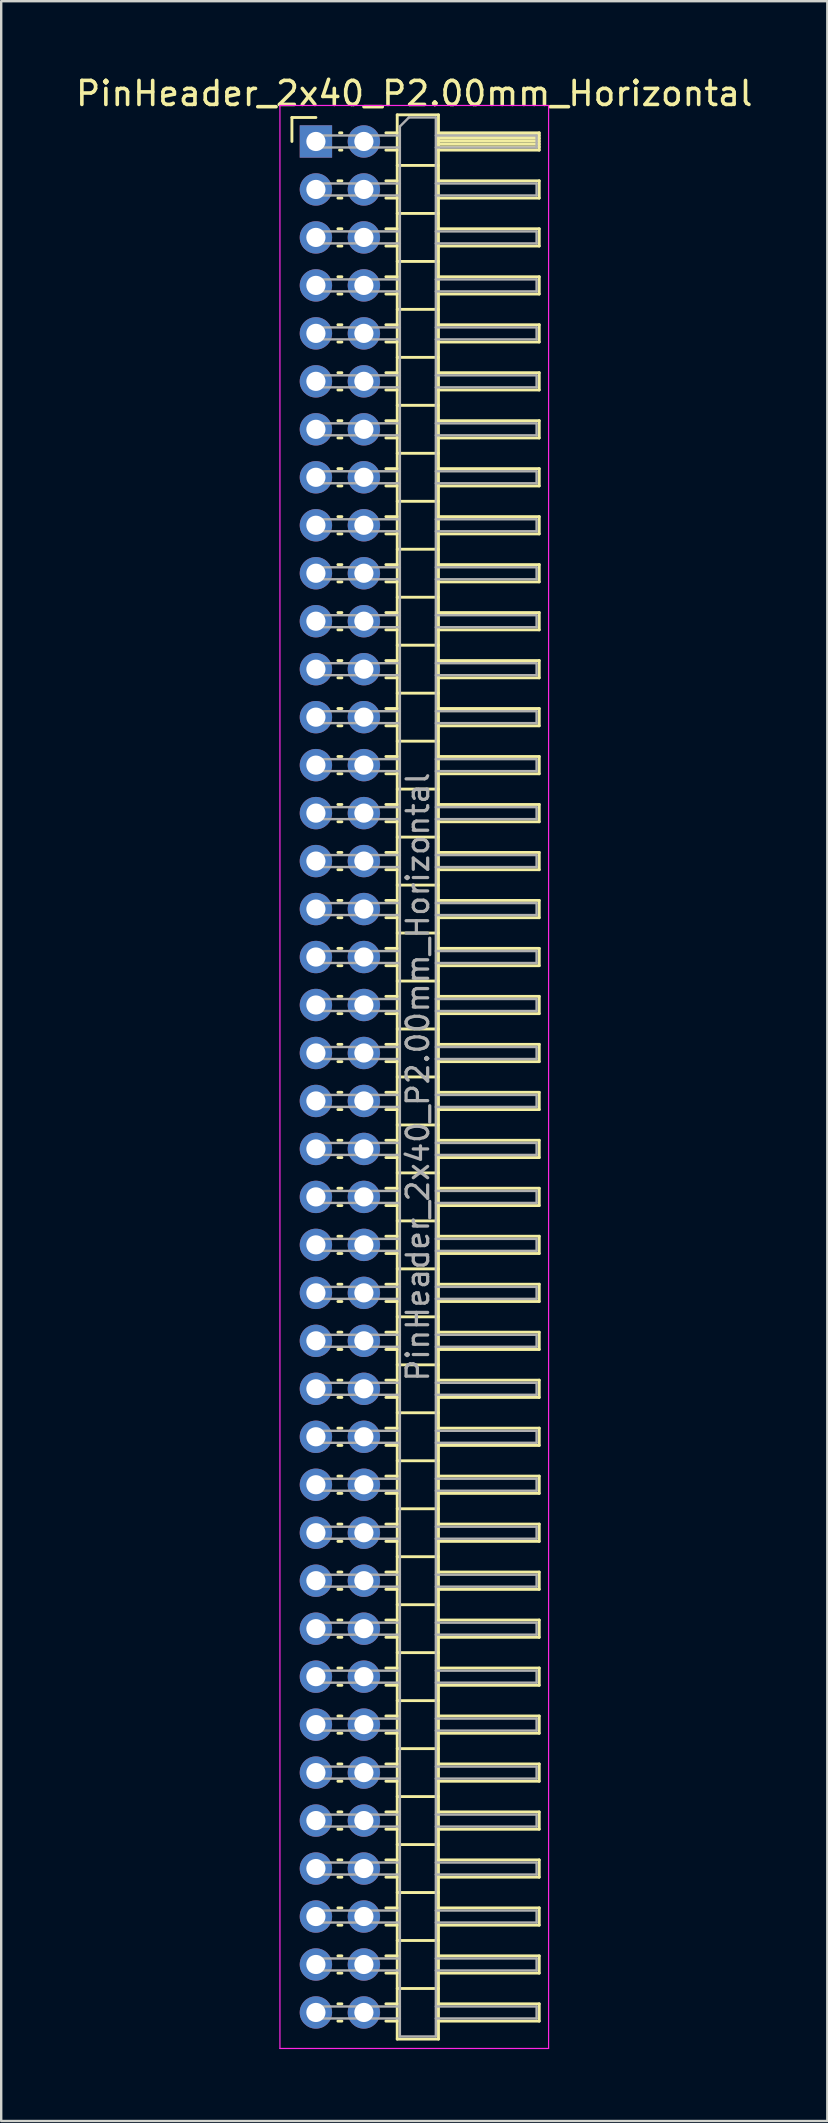
<source format=kicad_pcb>
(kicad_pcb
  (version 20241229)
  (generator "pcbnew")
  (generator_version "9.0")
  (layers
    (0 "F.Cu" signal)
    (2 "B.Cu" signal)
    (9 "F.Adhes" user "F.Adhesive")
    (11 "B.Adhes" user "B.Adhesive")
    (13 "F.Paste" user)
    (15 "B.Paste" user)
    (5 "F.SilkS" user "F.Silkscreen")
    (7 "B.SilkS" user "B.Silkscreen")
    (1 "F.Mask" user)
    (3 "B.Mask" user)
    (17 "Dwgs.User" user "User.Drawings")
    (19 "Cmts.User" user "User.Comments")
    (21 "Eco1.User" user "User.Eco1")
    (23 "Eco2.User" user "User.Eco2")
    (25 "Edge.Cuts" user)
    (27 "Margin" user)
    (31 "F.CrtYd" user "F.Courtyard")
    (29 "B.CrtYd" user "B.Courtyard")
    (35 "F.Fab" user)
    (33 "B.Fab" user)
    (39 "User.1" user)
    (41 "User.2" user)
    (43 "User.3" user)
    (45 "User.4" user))
  (footprint "PinHeader_2x40_P2.00mm_Horizontal"
    (layer "F.Cu")
    (at 10.12 2.848)
    (property "Reference" "PinHeader_2x40_P2.00mm_Horizontal" (at 4.1 -2 0) (layer "F.SilkS") (effects (font (size 1 1) (thickness 0.15))))
    (attr through_hole)
    (fp_line (start -1 -1) (end 0 -1) (stroke (width 0.12) (type solid)) (layer "F.SilkS"))
    (fp_line (start -1 0) (end -1 -1) (stroke (width 0.12) (type solid)) (layer "F.SilkS"))
    (fp_line (start 0.917 1.64) (end 1.083 1.64) (stroke (width 0.12) (type solid)) (layer "F.SilkS"))
    (fp_line (start 0.917 2.36) (end 1.083 2.36) (stroke (width 0.12) (type solid)) (layer "F.SilkS"))
    (fp_line (start 0.917 3.64) (end 1.083 3.64) (stroke (width 0.12) (type solid)) (layer "F.SilkS"))
    (fp_line (start 0.917 4.36) (end 1.083 4.36) (stroke (width 0.12) (type solid)) (layer "F.SilkS"))
    (fp_line (start 0.917 5.64) (end 1.083 5.64) (stroke (width 0.12) (type solid)) (layer "F.SilkS"))
    (fp_line (start 0.917 6.36) (end 1.083 6.36) (stroke (width 0.12) (type solid)) (layer "F.SilkS"))
    (fp_line (start 0.917 7.64) (end 1.083 7.64) (stroke (width 0.12) (type solid)) (layer "F.SilkS"))
    (fp_line (start 0.917 8.36) (end 1.083 8.36) (stroke (width 0.12) (type solid)) (layer "F.SilkS"))
    (fp_line (start 0.917 9.64) (end 1.083 9.64) (stroke (width 0.12) (type solid)) (layer "F.SilkS"))
    (fp_line (start 0.917 10.36) (end 1.083 10.36) (stroke (width 0.12) (type solid)) (layer "F.SilkS"))
    (fp_line (start 0.917 11.64) (end 1.083 11.64) (stroke (width 0.12) (type solid)) (layer "F.SilkS"))
    (fp_line (start 0.917 12.36) (end 1.083 12.36) (stroke (width 0.12) (type solid)) (layer "F.SilkS"))
    (fp_line (start 0.917 13.64) (end 1.083 13.64) (stroke (width 0.12) (type solid)) (layer "F.SilkS"))
    (fp_line (start 0.917 14.36) (end 1.083 14.36) (stroke (width 0.12) (type solid)) (layer "F.SilkS"))
    (fp_line (start 0.917 15.64) (end 1.083 15.64) (stroke (width 0.12) (type solid)) (layer "F.SilkS"))
    (fp_line (start 0.917 16.36) (end 1.083 16.36) (stroke (width 0.12) (type solid)) (layer "F.SilkS"))
    (fp_line (start 0.917 17.64) (end 1.083 17.64) (stroke (width 0.12) (type solid)) (layer "F.SilkS"))
    (fp_line (start 0.917 18.36) (end 1.083 18.36) (stroke (width 0.12) (type solid)) (layer "F.SilkS"))
    (fp_line (start 0.917 19.64) (end 1.083 19.64) (stroke (width 0.12) (type solid)) (layer "F.SilkS"))
    (fp_line (start 0.917 20.36) (end 1.083 20.36) (stroke (width 0.12) (type solid)) (layer "F.SilkS"))
    (fp_line (start 0.917 21.64) (end 1.083 21.64) (stroke (width 0.12) (type solid)) (layer "F.SilkS"))
    (fp_line (start 0.917 22.36) (end 1.083 22.36) (stroke (width 0.12) (type solid)) (layer "F.SilkS"))
    (fp_line (start 0.917 23.64) (end 1.083 23.64) (stroke (width 0.12) (type solid)) (layer "F.SilkS"))
    (fp_line (start 0.917 24.36) (end 1.083 24.36) (stroke (width 0.12) (type solid)) (layer "F.SilkS"))
    (fp_line (start 0.917 25.64) (end 1.083 25.64) (stroke (width 0.12) (type solid)) (layer "F.SilkS"))
    (fp_line (start 0.917 26.36) (end 1.083 26.36) (stroke (width 0.12) (type solid)) (layer "F.SilkS"))
    (fp_line (start 0.917 27.64) (end 1.083 27.64) (stroke (width 0.12) (type solid)) (layer "F.SilkS"))
    (fp_line (start 0.917 28.36) (end 1.083 28.36) (stroke (width 0.12) (type solid)) (layer "F.SilkS"))
    (fp_line (start 0.917 29.64) (end 1.083 29.64) (stroke (width 0.12) (type solid)) (layer "F.SilkS"))
    (fp_line (start 0.917 30.36) (end 1.083 30.36) (stroke (width 0.12) (type solid)) (layer "F.SilkS"))
    (fp_line (start 0.917 31.64) (end 1.083 31.64) (stroke (width 0.12) (type solid)) (layer "F.SilkS"))
    (fp_line (start 0.917 32.36) (end 1.083 32.36) (stroke (width 0.12) (type solid)) (layer "F.SilkS"))
    (fp_line (start 0.917 33.64) (end 1.083 33.64) (stroke (width 0.12) (type solid)) (layer "F.SilkS"))
    (fp_line (start 0.917 34.36) (end 1.083 34.36) (stroke (width 0.12) (type solid)) (layer "F.SilkS"))
    (fp_line (start 0.917 35.64) (end 1.083 35.64) (stroke (width 0.12) (type solid)) (layer "F.SilkS"))
    (fp_line (start 0.917 36.36) (end 1.083 36.36) (stroke (width 0.12) (type solid)) (layer "F.SilkS"))
    (fp_line (start 0.917 37.64) (end 1.083 37.64) (stroke (width 0.12) (type solid)) (layer "F.SilkS"))
    (fp_line (start 0.917 38.36) (end 1.083 38.36) (stroke (width 0.12) (type solid)) (layer "F.SilkS"))
    (fp_line (start 0.917 39.64) (end 1.083 39.64) (stroke (width 0.12) (type solid)) (layer "F.SilkS"))
    (fp_line (start 0.917 40.36) (end 1.083 40.36) (stroke (width 0.12) (type solid)) (layer "F.SilkS"))
    (fp_line (start 0.917 41.64) (end 1.083 41.64) (stroke (width 0.12) (type solid)) (layer "F.SilkS"))
    (fp_line (start 0.917 42.36) (end 1.083 42.36) (stroke (width 0.12) (type solid)) (layer "F.SilkS"))
    (fp_line (start 0.917 43.64) (end 1.083 43.64) (stroke (width 0.12) (type solid)) (layer "F.SilkS"))
    (fp_line (start 0.917 44.36) (end 1.083 44.36) (stroke (width 0.12) (type solid)) (layer "F.SilkS"))
    (fp_line (start 0.917 45.64) (end 1.083 45.64) (stroke (width 0.12) (type solid)) (layer "F.SilkS"))
    (fp_line (start 0.917 46.36) (end 1.083 46.36) (stroke (width 0.12) (type solid)) (layer "F.SilkS"))
    (fp_line (start 0.917 47.64) (end 1.083 47.64) (stroke (width 0.12) (type solid)) (layer "F.SilkS"))
    (fp_line (start 0.917 48.36) (end 1.083 48.36) (stroke (width 0.12) (type solid)) (layer "F.SilkS"))
    (fp_line (start 0.917 49.64) (end 1.083 49.64) (stroke (width 0.12) (type solid)) (layer "F.SilkS"))
    (fp_line (start 0.917 50.36) (end 1.083 50.36) (stroke (width 0.12) (type solid)) (layer "F.SilkS"))
    (fp_line (start 0.917 51.64) (end 1.083 51.64) (stroke (width 0.12) (type solid)) (layer "F.SilkS"))
    (fp_line (start 0.917 52.36) (end 1.083 52.36) (stroke (width 0.12) (type solid)) (layer "F.SilkS"))
    (fp_line (start 0.917 53.64) (end 1.083 53.64) (stroke (width 0.12) (type solid)) (layer "F.SilkS"))
    (fp_line (start 0.917 54.36) (end 1.083 54.36) (stroke (width 0.12) (type solid)) (layer "F.SilkS"))
    (fp_line (start 0.917 55.64) (end 1.083 55.64) (stroke (width 0.12) (type solid)) (layer "F.SilkS"))
    (fp_line (start 0.917 56.36) (end 1.083 56.36) (stroke (width 0.12) (type solid)) (layer "F.SilkS"))
    (fp_line (start 0.917 57.64) (end 1.083 57.64) (stroke (width 0.12) (type solid)) (layer "F.SilkS"))
    (fp_line (start 0.917 58.36) (end 1.083 58.36) (stroke (width 0.12) (type solid)) (layer "F.SilkS"))
    (fp_line (start 0.917 59.64) (end 1.083 59.64) (stroke (width 0.12) (type solid)) (layer "F.SilkS"))
    (fp_line (start 0.917 60.36) (end 1.083 60.36) (stroke (width 0.12) (type solid)) (layer "F.SilkS"))
    (fp_line (start 0.917 61.64) (end 1.083 61.64) (stroke (width 0.12) (type solid)) (layer "F.SilkS"))
    (fp_line (start 0.917 62.36) (end 1.083 62.36) (stroke (width 0.12) (type solid)) (layer "F.SilkS"))
    (fp_line (start 0.917 63.64) (end 1.083 63.64) (stroke (width 0.12) (type solid)) (layer "F.SilkS"))
    (fp_line (start 0.917 64.36) (end 1.083 64.36) (stroke (width 0.12) (type solid)) (layer "F.SilkS"))
    (fp_line (start 0.917 65.64) (end 1.083 65.64) (stroke (width 0.12) (type solid)) (layer "F.SilkS"))
    (fp_line (start 0.917 66.36) (end 1.083 66.36) (stroke (width 0.12) (type solid)) (layer "F.SilkS"))
    (fp_line (start 0.917 67.64) (end 1.083 67.64) (stroke (width 0.12) (type solid)) (layer "F.SilkS"))
    (fp_line (start 0.917 68.36) (end 1.083 68.36) (stroke (width 0.12) (type solid)) (layer "F.SilkS"))
    (fp_line (start 0.917 69.64) (end 1.083 69.64) (stroke (width 0.12) (type solid)) (layer "F.SilkS"))
    (fp_line (start 0.917 70.36) (end 1.083 70.36) (stroke (width 0.12) (type solid)) (layer "F.SilkS"))
    (fp_line (start 0.917 71.64) (end 1.083 71.64) (stroke (width 0.12) (type solid)) (layer "F.SilkS"))
    (fp_line (start 0.917 72.36) (end 1.083 72.36) (stroke (width 0.12) (type solid)) (layer "F.SilkS"))
    (fp_line (start 0.917 73.64) (end 1.083 73.64) (stroke (width 0.12) (type solid)) (layer "F.SilkS"))
    (fp_line (start 0.917 74.36) (end 1.083 74.36) (stroke (width 0.12) (type solid)) (layer "F.SilkS"))
    (fp_line (start 0.917 75.64) (end 1.083 75.64) (stroke (width 0.12) (type solid)) (layer "F.SilkS"))
    (fp_line (start 0.917 76.36) (end 1.083 76.36) (stroke (width 0.12) (type solid)) (layer "F.SilkS"))
    (fp_line (start 0.917 77.64) (end 1.083 77.64) (stroke (width 0.12) (type solid)) (layer "F.SilkS"))
    (fp_line (start 0.917 78.36) (end 1.083 78.36) (stroke (width 0.12) (type solid)) (layer "F.SilkS"))
    (fp_line (start 0.985 -0.36) (end 1.083 -0.36) (stroke (width 0.12) (type solid)) (layer "F.SilkS"))
    (fp_line (start 0.985 0.36) (end 1.083 0.36) (stroke (width 0.12) (type solid)) (layer "F.SilkS"))
    (fp_line (start 2.917 -0.36) (end 3.39 -0.36) (stroke (width 0.12) (type solid)) (layer "F.SilkS"))
    (fp_line (start 2.917 0.36) (end 3.39 0.36) (stroke (width 0.12) (type solid)) (layer "F.SilkS"))
    (fp_line (start 2.917 1.64) (end 3.39 1.64) (stroke (width 0.12) (type solid)) (layer "F.SilkS"))
    (fp_line (start 2.917 2.36) (end 3.39 2.36) (stroke (width 0.12) (type solid)) (layer "F.SilkS"))
    (fp_line (start 2.917 3.64) (end 3.39 3.64) (stroke (width 0.12) (type solid)) (layer "F.SilkS"))
    (fp_line (start 2.917 4.36) (end 3.39 4.36) (stroke (width 0.12) (type solid)) (layer "F.SilkS"))
    (fp_line (start 2.917 5.64) (end 3.39 5.64) (stroke (width 0.12) (type solid)) (layer "F.SilkS"))
    (fp_line (start 2.917 6.36) (end 3.39 6.36) (stroke (width 0.12) (type solid)) (layer "F.SilkS"))
    (fp_line (start 2.917 7.64) (end 3.39 7.64) (stroke (width 0.12) (type solid)) (layer "F.SilkS"))
    (fp_line (start 2.917 8.36) (end 3.39 8.36) (stroke (width 0.12) (type solid)) (layer "F.SilkS"))
    (fp_line (start 2.917 9.64) (end 3.39 9.64) (stroke (width 0.12) (type solid)) (layer "F.SilkS"))
    (fp_line (start 2.917 10.36) (end 3.39 10.36) (stroke (width 0.12) (type solid)) (layer "F.SilkS"))
    (fp_line (start 2.917 11.64) (end 3.39 11.64) (stroke (width 0.12) (type solid)) (layer "F.SilkS"))
    (fp_line (start 2.917 12.36) (end 3.39 12.36) (stroke (width 0.12) (type solid)) (layer "F.SilkS"))
    (fp_line (start 2.917 13.64) (end 3.39 13.64) (stroke (width 0.12) (type solid)) (layer "F.SilkS"))
    (fp_line (start 2.917 14.36) (end 3.39 14.36) (stroke (width 0.12) (type solid)) (layer "F.SilkS"))
    (fp_line (start 2.917 15.64) (end 3.39 15.64) (stroke (width 0.12) (type solid)) (layer "F.SilkS"))
    (fp_line (start 2.917 16.36) (end 3.39 16.36) (stroke (width 0.12) (type solid)) (layer "F.SilkS"))
    (fp_line (start 2.917 17.64) (end 3.39 17.64) (stroke (width 0.12) (type solid)) (layer "F.SilkS"))
    (fp_line (start 2.917 18.36) (end 3.39 18.36) (stroke (width 0.12) (type solid)) (layer "F.SilkS"))
    (fp_line (start 2.917 19.64) (end 3.39 19.64) (stroke (width 0.12) (type solid)) (layer "F.SilkS"))
    (fp_line (start 2.917 20.36) (end 3.39 20.36) (stroke (width 0.12) (type solid)) (layer "F.SilkS"))
    (fp_line (start 2.917 21.64) (end 3.39 21.64) (stroke (width 0.12) (type solid)) (layer "F.SilkS"))
    (fp_line (start 2.917 22.36) (end 3.39 22.36) (stroke (width 0.12) (type solid)) (layer "F.SilkS"))
    (fp_line (start 2.917 23.64) (end 3.39 23.64) (stroke (width 0.12) (type solid)) (layer "F.SilkS"))
    (fp_line (start 2.917 24.36) (end 3.39 24.36) (stroke (width 0.12) (type solid)) (layer "F.SilkS"))
    (fp_line (start 2.917 25.64) (end 3.39 25.64) (stroke (width 0.12) (type solid)) (layer "F.SilkS"))
    (fp_line (start 2.917 26.36) (end 3.39 26.36) (stroke (width 0.12) (type solid)) (layer "F.SilkS"))
    (fp_line (start 2.917 27.64) (end 3.39 27.64) (stroke (width 0.12) (type solid)) (layer "F.SilkS"))
    (fp_line (start 2.917 28.36) (end 3.39 28.36) (stroke (width 0.12) (type solid)) (layer "F.SilkS"))
    (fp_line (start 2.917 29.64) (end 3.39 29.64) (stroke (width 0.12) (type solid)) (layer "F.SilkS"))
    (fp_line (start 2.917 30.36) (end 3.39 30.36) (stroke (width 0.12) (type solid)) (layer "F.SilkS"))
    (fp_line (start 2.917 31.64) (end 3.39 31.64) (stroke (width 0.12) (type solid)) (layer "F.SilkS"))
    (fp_line (start 2.917 32.36) (end 3.39 32.36) (stroke (width 0.12) (type solid)) (layer "F.SilkS"))
    (fp_line (start 2.917 33.64) (end 3.39 33.64) (stroke (width 0.12) (type solid)) (layer "F.SilkS"))
    (fp_line (start 2.917 34.36) (end 3.39 34.36) (stroke (width 0.12) (type solid)) (layer "F.SilkS"))
    (fp_line (start 2.917 35.64) (end 3.39 35.64) (stroke (width 0.12) (type solid)) (layer "F.SilkS"))
    (fp_line (start 2.917 36.36) (end 3.39 36.36) (stroke (width 0.12) (type solid)) (layer "F.SilkS"))
    (fp_line (start 2.917 37.64) (end 3.39 37.64) (stroke (width 0.12) (type solid)) (layer "F.SilkS"))
    (fp_line (start 2.917 38.36) (end 3.39 38.36) (stroke (width 0.12) (type solid)) (layer "F.SilkS"))
    (fp_line (start 2.917 39.64) (end 3.39 39.64) (stroke (width 0.12) (type solid)) (layer "F.SilkS"))
    (fp_line (start 2.917 40.36) (end 3.39 40.36) (stroke (width 0.12) (type solid)) (layer "F.SilkS"))
    (fp_line (start 2.917 41.64) (end 3.39 41.64) (stroke (width 0.12) (type solid)) (layer "F.SilkS"))
    (fp_line (start 2.917 42.36) (end 3.39 42.36) (stroke (width 0.12) (type solid)) (layer "F.SilkS"))
    (fp_line (start 2.917 43.64) (end 3.39 43.64) (stroke (width 0.12) (type solid)) (layer "F.SilkS"))
    (fp_line (start 2.917 44.36) (end 3.39 44.36) (stroke (width 0.12) (type solid)) (layer "F.SilkS"))
    (fp_line (start 2.917 45.64) (end 3.39 45.64) (stroke (width 0.12) (type solid)) (layer "F.SilkS"))
    (fp_line (start 2.917 46.36) (end 3.39 46.36) (stroke (width 0.12) (type solid)) (layer "F.SilkS"))
    (fp_line (start 2.917 47.64) (end 3.39 47.64) (stroke (width 0.12) (type solid)) (layer "F.SilkS"))
    (fp_line (start 2.917 48.36) (end 3.39 48.36) (stroke (width 0.12) (type solid)) (layer "F.SilkS"))
    (fp_line (start 2.917 49.64) (end 3.39 49.64) (stroke (width 0.12) (type solid)) (layer "F.SilkS"))
    (fp_line (start 2.917 50.36) (end 3.39 50.36) (stroke (width 0.12) (type solid)) (layer "F.SilkS"))
    (fp_line (start 2.917 51.64) (end 3.39 51.64) (stroke (width 0.12) (type solid)) (layer "F.SilkS"))
    (fp_line (start 2.917 52.36) (end 3.39 52.36) (stroke (width 0.12) (type solid)) (layer "F.SilkS"))
    (fp_line (start 2.917 53.64) (end 3.39 53.64) (stroke (width 0.12) (type solid)) (layer "F.SilkS"))
    (fp_line (start 2.917 54.36) (end 3.39 54.36) (stroke (width 0.12) (type solid)) (layer "F.SilkS"))
    (fp_line (start 2.917 55.64) (end 3.39 55.64) (stroke (width 0.12) (type solid)) (layer "F.SilkS"))
    (fp_line (start 2.917 56.36) (end 3.39 56.36) (stroke (width 0.12) (type solid)) (layer "F.SilkS"))
    (fp_line (start 2.917 57.64) (end 3.39 57.64) (stroke (width 0.12) (type solid)) (layer "F.SilkS"))
    (fp_line (start 2.917 58.36) (end 3.39 58.36) (stroke (width 0.12) (type solid)) (layer "F.SilkS"))
    (fp_line (start 2.917 59.64) (end 3.39 59.64) (stroke (width 0.12) (type solid)) (layer "F.SilkS"))
    (fp_line (start 2.917 60.36) (end 3.39 60.36) (stroke (width 0.12) (type solid)) (layer "F.SilkS"))
    (fp_line (start 2.917 61.64) (end 3.39 61.64) (stroke (width 0.12) (type solid)) (layer "F.SilkS"))
    (fp_line (start 2.917 62.36) (end 3.39 62.36) (stroke (width 0.12) (type solid)) (layer "F.SilkS"))
    (fp_line (start 2.917 63.64) (end 3.39 63.64) (stroke (width 0.12) (type solid)) (layer "F.SilkS"))
    (fp_line (start 2.917 64.36) (end 3.39 64.36) (stroke (width 0.12) (type solid)) (layer "F.SilkS"))
    (fp_line (start 2.917 65.64) (end 3.39 65.64) (stroke (width 0.12) (type solid)) (layer "F.SilkS"))
    (fp_line (start 2.917 66.36) (end 3.39 66.36) (stroke (width 0.12) (type solid)) (layer "F.SilkS"))
    (fp_line (start 2.917 67.64) (end 3.39 67.64) (stroke (width 0.12) (type solid)) (layer "F.SilkS"))
    (fp_line (start 2.917 68.36) (end 3.39 68.36) (stroke (width 0.12) (type solid)) (layer "F.SilkS"))
    (fp_line (start 2.917 69.64) (end 3.39 69.64) (stroke (width 0.12) (type solid)) (layer "F.SilkS"))
    (fp_line (start 2.917 70.36) (end 3.39 70.36) (stroke (width 0.12) (type solid)) (layer "F.SilkS"))
    (fp_line (start 2.917 71.64) (end 3.39 71.64) (stroke (width 0.12) (type solid)) (layer "F.SilkS"))
    (fp_line (start 2.917 72.36) (end 3.39 72.36) (stroke (width 0.12) (type solid)) (layer "F.SilkS"))
    (fp_line (start 2.917 73.64) (end 3.39 73.64) (stroke (width 0.12) (type solid)) (layer "F.SilkS"))
    (fp_line (start 2.917 74.36) (end 3.39 74.36) (stroke (width 0.12) (type solid)) (layer "F.SilkS"))
    (fp_line (start 2.917 75.64) (end 3.39 75.64) (stroke (width 0.12) (type solid)) (layer "F.SilkS"))
    (fp_line (start 2.917 76.36) (end 3.39 76.36) (stroke (width 0.12) (type solid)) (layer "F.SilkS"))
    (fp_line (start 2.917 77.64) (end 3.39 77.64) (stroke (width 0.12) (type solid)) (layer "F.SilkS"))
    (fp_line (start 2.917 78.36) (end 3.39 78.36) (stroke (width 0.12) (type solid)) (layer "F.SilkS"))
    (fp_line (start 3.39 -1.11) (end 3.39 79.11) (stroke (width 0.12) (type solid)) (layer "F.SilkS"))
    (fp_line (start 3.39 1) (end 5.11 1) (stroke (width 0.12) (type solid)) (layer "F.SilkS"))
    (fp_line (start 3.39 3) (end 5.11 3) (stroke (width 0.12) (type solid)) (layer "F.SilkS"))
    (fp_line (start 3.39 5) (end 5.11 5) (stroke (width 0.12) (type solid)) (layer "F.SilkS"))
    (fp_line (start 3.39 7) (end 5.11 7) (stroke (width 0.12) (type solid)) (layer "F.SilkS"))
    (fp_line (start 3.39 9) (end 5.11 9) (stroke (width 0.12) (type solid)) (layer "F.SilkS"))
    (fp_line (start 3.39 11) (end 5.11 11) (stroke (width 0.12) (type solid)) (layer "F.SilkS"))
    (fp_line (start 3.39 13) (end 5.11 13) (stroke (width 0.12) (type solid)) (layer "F.SilkS"))
    (fp_line (start 3.39 15) (end 5.11 15) (stroke (width 0.12) (type solid)) (layer "F.SilkS"))
    (fp_line (start 3.39 17) (end 5.11 17) (stroke (width 0.12) (type solid)) (layer "F.SilkS"))
    (fp_line (start 3.39 19) (end 5.11 19) (stroke (width 0.12) (type solid)) (layer "F.SilkS"))
    (fp_line (start 3.39 21) (end 5.11 21) (stroke (width 0.12) (type solid)) (layer "F.SilkS"))
    (fp_line (start 3.39 23) (end 5.11 23) (stroke (width 0.12) (type solid)) (layer "F.SilkS"))
    (fp_line (start 3.39 25) (end 5.11 25) (stroke (width 0.12) (type solid)) (layer "F.SilkS"))
    (fp_line (start 3.39 27) (end 5.11 27) (stroke (width 0.12) (type solid)) (layer "F.SilkS"))
    (fp_line (start 3.39 29) (end 5.11 29) (stroke (width 0.12) (type solid)) (layer "F.SilkS"))
    (fp_line (start 3.39 31) (end 5.11 31) (stroke (width 0.12) (type solid)) (layer "F.SilkS"))
    (fp_line (start 3.39 33) (end 5.11 33) (stroke (width 0.12) (type solid)) (layer "F.SilkS"))
    (fp_line (start 3.39 35) (end 5.11 35) (stroke (width 0.12) (type solid)) (layer "F.SilkS"))
    (fp_line (start 3.39 37) (end 5.11 37) (stroke (width 0.12) (type solid)) (layer "F.SilkS"))
    (fp_line (start 3.39 39) (end 5.11 39) (stroke (width 0.12) (type solid)) (layer "F.SilkS"))
    (fp_line (start 3.39 41) (end 5.11 41) (stroke (width 0.12) (type solid)) (layer "F.SilkS"))
    (fp_line (start 3.39 43) (end 5.11 43) (stroke (width 0.12) (type solid)) (layer "F.SilkS"))
    (fp_line (start 3.39 45) (end 5.11 45) (stroke (width 0.12) (type solid)) (layer "F.SilkS"))
    (fp_line (start 3.39 47) (end 5.11 47) (stroke (width 0.12) (type solid)) (layer "F.SilkS"))
    (fp_line (start 3.39 49) (end 5.11 49) (stroke (width 0.12) (type solid)) (layer "F.SilkS"))
    (fp_line (start 3.39 51) (end 5.11 51) (stroke (width 0.12) (type solid)) (layer "F.SilkS"))
    (fp_line (start 3.39 53) (end 5.11 53) (stroke (width 0.12) (type solid)) (layer "F.SilkS"))
    (fp_line (start 3.39 55) (end 5.11 55) (stroke (width 0.12) (type solid)) (layer "F.SilkS"))
    (fp_line (start 3.39 57) (end 5.11 57) (stroke (width 0.12) (type solid)) (layer "F.SilkS"))
    (fp_line (start 3.39 59) (end 5.11 59) (stroke (width 0.12) (type solid)) (layer "F.SilkS"))
    (fp_line (start 3.39 61) (end 5.11 61) (stroke (width 0.12) (type solid)) (layer "F.SilkS"))
    (fp_line (start 3.39 63) (end 5.11 63) (stroke (width 0.12) (type solid)) (layer "F.SilkS"))
    (fp_line (start 3.39 65) (end 5.11 65) (stroke (width 0.12) (type solid)) (layer "F.SilkS"))
    (fp_line (start 3.39 67) (end 5.11 67) (stroke (width 0.12) (type solid)) (layer "F.SilkS"))
    (fp_line (start 3.39 69) (end 5.11 69) (stroke (width 0.12) (type solid)) (layer "F.SilkS"))
    (fp_line (start 3.39 71) (end 5.11 71) (stroke (width 0.12) (type solid)) (layer "F.SilkS"))
    (fp_line (start 3.39 73) (end 5.11 73) (stroke (width 0.12) (type solid)) (layer "F.SilkS"))
    (fp_line (start 3.39 75) (end 5.11 75) (stroke (width 0.12) (type solid)) (layer "F.SilkS"))
    (fp_line (start 3.39 77) (end 5.11 77) (stroke (width 0.12) (type solid)) (layer "F.SilkS"))
    (fp_line (start 3.39 79.11) (end 5.11 79.11) (stroke (width 0.12) (type solid)) (layer "F.SilkS"))
    (fp_line (start 5.11 -1.11) (end 3.39 -1.11) (stroke (width 0.12) (type solid)) (layer "F.SilkS"))
    (fp_line (start 5.11 -0.36) (end 9.31 -0.36) (stroke (width 0.12) (type solid)) (layer "F.SilkS"))
    (fp_line (start 5.11 -0.25) (end 9.31 -0.25) (stroke (width 0.12) (type solid)) (layer "F.SilkS"))
    (fp_line (start 5.11 -0.13) (end 9.31 -0.13) (stroke (width 0.12) (type solid)) (layer "F.SilkS"))
    (fp_line (start 5.11 -0.01) (end 9.31 -0.01) (stroke (width 0.12) (type solid)) (layer "F.SilkS"))
    (fp_line (start 5.11 0.11) (end 9.31 0.11) (stroke (width 0.12) (type solid)) (layer "F.SilkS"))
    (fp_line (start 5.11 0.23) (end 9.31 0.23) (stroke (width 0.12) (type solid)) (layer "F.SilkS"))
    (fp_line (start 5.11 1.64) (end 9.31 1.64) (stroke (width 0.12) (type solid)) (layer "F.SilkS"))
    (fp_line (start 5.11 3.64) (end 9.31 3.64) (stroke (width 0.12) (type solid)) (layer "F.SilkS"))
    (fp_line (start 5.11 5.64) (end 9.31 5.64) (stroke (width 0.12) (type solid)) (layer "F.SilkS"))
    (fp_line (start 5.11 7.64) (end 9.31 7.64) (stroke (width 0.12) (type solid)) (layer "F.SilkS"))
    (fp_line (start 5.11 9.64) (end 9.31 9.64) (stroke (width 0.12) (type solid)) (layer "F.SilkS"))
    (fp_line (start 5.11 11.64) (end 9.31 11.64) (stroke (width 0.12) (type solid)) (layer "F.SilkS"))
    (fp_line (start 5.11 13.64) (end 9.31 13.64) (stroke (width 0.12) (type solid)) (layer "F.SilkS"))
    (fp_line (start 5.11 15.64) (end 9.31 15.64) (stroke (width 0.12) (type solid)) (layer "F.SilkS"))
    (fp_line (start 5.11 17.64) (end 9.31 17.64) (stroke (width 0.12) (type solid)) (layer "F.SilkS"))
    (fp_line (start 5.11 19.64) (end 9.31 19.64) (stroke (width 0.12) (type solid)) (layer "F.SilkS"))
    (fp_line (start 5.11 21.64) (end 9.31 21.64) (stroke (width 0.12) (type solid)) (layer "F.SilkS"))
    (fp_line (start 5.11 23.64) (end 9.31 23.64) (stroke (width 0.12) (type solid)) (layer "F.SilkS"))
    (fp_line (start 5.11 25.64) (end 9.31 25.64) (stroke (width 0.12) (type solid)) (layer "F.SilkS"))
    (fp_line (start 5.11 27.64) (end 9.31 27.64) (stroke (width 0.12) (type solid)) (layer "F.SilkS"))
    (fp_line (start 5.11 29.64) (end 9.31 29.64) (stroke (width 0.12) (type solid)) (layer "F.SilkS"))
    (fp_line (start 5.11 31.64) (end 9.31 31.64) (stroke (width 0.12) (type solid)) (layer "F.SilkS"))
    (fp_line (start 5.11 33.64) (end 9.31 33.64) (stroke (width 0.12) (type solid)) (layer "F.SilkS"))
    (fp_line (start 5.11 35.64) (end 9.31 35.64) (stroke (width 0.12) (type solid)) (layer "F.SilkS"))
    (fp_line (start 5.11 37.64) (end 9.31 37.64) (stroke (width 0.12) (type solid)) (layer "F.SilkS"))
    (fp_line (start 5.11 39.64) (end 9.31 39.64) (stroke (width 0.12) (type solid)) (layer "F.SilkS"))
    (fp_line (start 5.11 41.64) (end 9.31 41.64) (stroke (width 0.12) (type solid)) (layer "F.SilkS"))
    (fp_line (start 5.11 43.64) (end 9.31 43.64) (stroke (width 0.12) (type solid)) (layer "F.SilkS"))
    (fp_line (start 5.11 45.64) (end 9.31 45.64) (stroke (width 0.12) (type solid)) (layer "F.SilkS"))
    (fp_line (start 5.11 47.64) (end 9.31 47.64) (stroke (width 0.12) (type solid)) (layer "F.SilkS"))
    (fp_line (start 5.11 49.64) (end 9.31 49.64) (stroke (width 0.12) (type solid)) (layer "F.SilkS"))
    (fp_line (start 5.11 51.64) (end 9.31 51.64) (stroke (width 0.12) (type solid)) (layer "F.SilkS"))
    (fp_line (start 5.11 53.64) (end 9.31 53.64) (stroke (width 0.12) (type solid)) (layer "F.SilkS"))
    (fp_line (start 5.11 55.64) (end 9.31 55.64) (stroke (width 0.12) (type solid)) (layer "F.SilkS"))
    (fp_line (start 5.11 57.64) (end 9.31 57.64) (stroke (width 0.12) (type solid)) (layer "F.SilkS"))
    (fp_line (start 5.11 59.64) (end 9.31 59.64) (stroke (width 0.12) (type solid)) (layer "F.SilkS"))
    (fp_line (start 5.11 61.64) (end 9.31 61.64) (stroke (width 0.12) (type solid)) (layer "F.SilkS"))
    (fp_line (start 5.11 63.64) (end 9.31 63.64) (stroke (width 0.12) (type solid)) (layer "F.SilkS"))
    (fp_line (start 5.11 65.64) (end 9.31 65.64) (stroke (width 0.12) (type solid)) (layer "F.SilkS"))
    (fp_line (start 5.11 67.64) (end 9.31 67.64) (stroke (width 0.12) (type solid)) (layer "F.SilkS"))
    (fp_line (start 5.11 69.64) (end 9.31 69.64) (stroke (width 0.12) (type solid)) (layer "F.SilkS"))
    (fp_line (start 5.11 71.64) (end 9.31 71.64) (stroke (width 0.12) (type solid)) (layer "F.SilkS"))
    (fp_line (start 5.11 73.64) (end 9.31 73.64) (stroke (width 0.12) (type solid)) (layer "F.SilkS"))
    (fp_line (start 5.11 75.64) (end 9.31 75.64) (stroke (width 0.12) (type solid)) (layer "F.SilkS"))
    (fp_line (start 5.11 77.64) (end 9.31 77.64) (stroke (width 0.12) (type solid)) (layer "F.SilkS"))
    (fp_line (start 5.11 79.11) (end 5.11 -1.11) (stroke (width 0.12) (type solid)) (layer "F.SilkS"))
    (fp_line (start 9.31 -0.36) (end 9.31 0.36) (stroke (width 0.12) (type solid)) (layer "F.SilkS"))
    (fp_line (start 9.31 0.36) (end 5.11 0.36) (stroke (width 0.12) (type solid)) (layer "F.SilkS"))
    (fp_line (start 9.31 1.64) (end 9.31 2.36) (stroke (width 0.12) (type solid)) (layer "F.SilkS"))
    (fp_line (start 9.31 2.36) (end 5.11 2.36) (stroke (width 0.12) (type solid)) (layer "F.SilkS"))
    (fp_line (start 9.31 3.64) (end 9.31 4.36) (stroke (width 0.12) (type solid)) (layer "F.SilkS"))
    (fp_line (start 9.31 4.36) (end 5.11 4.36) (stroke (width 0.12) (type solid)) (layer "F.SilkS"))
    (fp_line (start 9.31 5.64) (end 9.31 6.36) (stroke (width 0.12) (type solid)) (layer "F.SilkS"))
    (fp_line (start 9.31 6.36) (end 5.11 6.36) (stroke (width 0.12) (type solid)) (layer "F.SilkS"))
    (fp_line (start 9.31 7.64) (end 9.31 8.36) (stroke (width 0.12) (type solid)) (layer "F.SilkS"))
    (fp_line (start 9.31 8.36) (end 5.11 8.36) (stroke (width 0.12) (type solid)) (layer "F.SilkS"))
    (fp_line (start 9.31 9.64) (end 9.31 10.36) (stroke (width 0.12) (type solid)) (layer "F.SilkS"))
    (fp_line (start 9.31 10.36) (end 5.11 10.36) (stroke (width 0.12) (type solid)) (layer "F.SilkS"))
    (fp_line (start 9.31 11.64) (end 9.31 12.36) (stroke (width 0.12) (type solid)) (layer "F.SilkS"))
    (fp_line (start 9.31 12.36) (end 5.11 12.36) (stroke (width 0.12) (type solid)) (layer "F.SilkS"))
    (fp_line (start 9.31 13.64) (end 9.31 14.36) (stroke (width 0.12) (type solid)) (layer "F.SilkS"))
    (fp_line (start 9.31 14.36) (end 5.11 14.36) (stroke (width 0.12) (type solid)) (layer "F.SilkS"))
    (fp_line (start 9.31 15.64) (end 9.31 16.36) (stroke (width 0.12) (type solid)) (layer "F.SilkS"))
    (fp_line (start 9.31 16.36) (end 5.11 16.36) (stroke (width 0.12) (type solid)) (layer "F.SilkS"))
    (fp_line (start 9.31 17.64) (end 9.31 18.36) (stroke (width 0.12) (type solid)) (layer "F.SilkS"))
    (fp_line (start 9.31 18.36) (end 5.11 18.36) (stroke (width 0.12) (type solid)) (layer "F.SilkS"))
    (fp_line (start 9.31 19.64) (end 9.31 20.36) (stroke (width 0.12) (type solid)) (layer "F.SilkS"))
    (fp_line (start 9.31 20.36) (end 5.11 20.36) (stroke (width 0.12) (type solid)) (layer "F.SilkS"))
    (fp_line (start 9.31 21.64) (end 9.31 22.36) (stroke (width 0.12) (type solid)) (layer "F.SilkS"))
    (fp_line (start 9.31 22.36) (end 5.11 22.36) (stroke (width 0.12) (type solid)) (layer "F.SilkS"))
    (fp_line (start 9.31 23.64) (end 9.31 24.36) (stroke (width 0.12) (type solid)) (layer "F.SilkS"))
    (fp_line (start 9.31 24.36) (end 5.11 24.36) (stroke (width 0.12) (type solid)) (layer "F.SilkS"))
    (fp_line (start 9.31 25.64) (end 9.31 26.36) (stroke (width 0.12) (type solid)) (layer "F.SilkS"))
    (fp_line (start 9.31 26.36) (end 5.11 26.36) (stroke (width 0.12) (type solid)) (layer "F.SilkS"))
    (fp_line (start 9.31 27.64) (end 9.31 28.36) (stroke (width 0.12) (type solid)) (layer "F.SilkS"))
    (fp_line (start 9.31 28.36) (end 5.11 28.36) (stroke (width 0.12) (type solid)) (layer "F.SilkS"))
    (fp_line (start 9.31 29.64) (end 9.31 30.36) (stroke (width 0.12) (type solid)) (layer "F.SilkS"))
    (fp_line (start 9.31 30.36) (end 5.11 30.36) (stroke (width 0.12) (type solid)) (layer "F.SilkS"))
    (fp_line (start 9.31 31.64) (end 9.31 32.36) (stroke (width 0.12) (type solid)) (layer "F.SilkS"))
    (fp_line (start 9.31 32.36) (end 5.11 32.36) (stroke (width 0.12) (type solid)) (layer "F.SilkS"))
    (fp_line (start 9.31 33.64) (end 9.31 34.36) (stroke (width 0.12) (type solid)) (layer "F.SilkS"))
    (fp_line (start 9.31 34.36) (end 5.11 34.36) (stroke (width 0.12) (type solid)) (layer "F.SilkS"))
    (fp_line (start 9.31 35.64) (end 9.31 36.36) (stroke (width 0.12) (type solid)) (layer "F.SilkS"))
    (fp_line (start 9.31 36.36) (end 5.11 36.36) (stroke (width 0.12) (type solid)) (layer "F.SilkS"))
    (fp_line (start 9.31 37.64) (end 9.31 38.36) (stroke (width 0.12) (type solid)) (layer "F.SilkS"))
    (fp_line (start 9.31 38.36) (end 5.11 38.36) (stroke (width 0.12) (type solid)) (layer "F.SilkS"))
    (fp_line (start 9.31 39.64) (end 9.31 40.36) (stroke (width 0.12) (type solid)) (layer "F.SilkS"))
    (fp_line (start 9.31 40.36) (end 5.11 40.36) (stroke (width 0.12) (type solid)) (layer "F.SilkS"))
    (fp_line (start 9.31 41.64) (end 9.31 42.36) (stroke (width 0.12) (type solid)) (layer "F.SilkS"))
    (fp_line (start 9.31 42.36) (end 5.11 42.36) (stroke (width 0.12) (type solid)) (layer "F.SilkS"))
    (fp_line (start 9.31 43.64) (end 9.31 44.36) (stroke (width 0.12) (type solid)) (layer "F.SilkS"))
    (fp_line (start 9.31 44.36) (end 5.11 44.36) (stroke (width 0.12) (type solid)) (layer "F.SilkS"))
    (fp_line (start 9.31 45.64) (end 9.31 46.36) (stroke (width 0.12) (type solid)) (layer "F.SilkS"))
    (fp_line (start 9.31 46.36) (end 5.11 46.36) (stroke (width 0.12) (type solid)) (layer "F.SilkS"))
    (fp_line (start 9.31 47.64) (end 9.31 48.36) (stroke (width 0.12) (type solid)) (layer "F.SilkS"))
    (fp_line (start 9.31 48.36) (end 5.11 48.36) (stroke (width 0.12) (type solid)) (layer "F.SilkS"))
    (fp_line (start 9.31 49.64) (end 9.31 50.36) (stroke (width 0.12) (type solid)) (layer "F.SilkS"))
    (fp_line (start 9.31 50.36) (end 5.11 50.36) (stroke (width 0.12) (type solid)) (layer "F.SilkS"))
    (fp_line (start 9.31 51.64) (end 9.31 52.36) (stroke (width 0.12) (type solid)) (layer "F.SilkS"))
    (fp_line (start 9.31 52.36) (end 5.11 52.36) (stroke (width 0.12) (type solid)) (layer "F.SilkS"))
    (fp_line (start 9.31 53.64) (end 9.31 54.36) (stroke (width 0.12) (type solid)) (layer "F.SilkS"))
    (fp_line (start 9.31 54.36) (end 5.11 54.36) (stroke (width 0.12) (type solid)) (layer "F.SilkS"))
    (fp_line (start 9.31 55.64) (end 9.31 56.36) (stroke (width 0.12) (type solid)) (layer "F.SilkS"))
    (fp_line (start 9.31 56.36) (end 5.11 56.36) (stroke (width 0.12) (type solid)) (layer "F.SilkS"))
    (fp_line (start 9.31 57.64) (end 9.31 58.36) (stroke (width 0.12) (type solid)) (layer "F.SilkS"))
    (fp_line (start 9.31 58.36) (end 5.11 58.36) (stroke (width 0.12) (type solid)) (layer "F.SilkS"))
    (fp_line (start 9.31 59.64) (end 9.31 60.36) (stroke (width 0.12) (type solid)) (layer "F.SilkS"))
    (fp_line (start 9.31 60.36) (end 5.11 60.36) (stroke (width 0.12) (type solid)) (layer "F.SilkS"))
    (fp_line (start 9.31 61.64) (end 9.31 62.36) (stroke (width 0.12) (type solid)) (layer "F.SilkS"))
    (fp_line (start 9.31 62.36) (end 5.11 62.36) (stroke (width 0.12) (type solid)) (layer "F.SilkS"))
    (fp_line (start 9.31 63.64) (end 9.31 64.36) (stroke (width 0.12) (type solid)) (layer "F.SilkS"))
    (fp_line (start 9.31 64.36) (end 5.11 64.36) (stroke (width 0.12) (type solid)) (layer "F.SilkS"))
    (fp_line (start 9.31 65.64) (end 9.31 66.36) (stroke (width 0.12) (type solid)) (layer "F.SilkS"))
    (fp_line (start 9.31 66.36) (end 5.11 66.36) (stroke (width 0.12) (type solid)) (layer "F.SilkS"))
    (fp_line (start 9.31 67.64) (end 9.31 68.36) (stroke (width 0.12) (type solid)) (layer "F.SilkS"))
    (fp_line (start 9.31 68.36) (end 5.11 68.36) (stroke (width 0.12) (type solid)) (layer "F.SilkS"))
    (fp_line (start 9.31 69.64) (end 9.31 70.36) (stroke (width 0.12) (type solid)) (layer "F.SilkS"))
    (fp_line (start 9.31 70.36) (end 5.11 70.36) (stroke (width 0.12) (type solid)) (layer "F.SilkS"))
    (fp_line (start 9.31 71.64) (end 9.31 72.36) (stroke (width 0.12) (type solid)) (layer "F.SilkS"))
    (fp_line (start 9.31 72.36) (end 5.11 72.36) (stroke (width 0.12) (type solid)) (layer "F.SilkS"))
    (fp_line (start 9.31 73.64) (end 9.31 74.36) (stroke (width 0.12) (type solid)) (layer "F.SilkS"))
    (fp_line (start 9.31 74.36) (end 5.11 74.36) (stroke (width 0.12) (type solid)) (layer "F.SilkS"))
    (fp_line (start 9.31 75.64) (end 9.31 76.36) (stroke (width 0.12) (type solid)) (layer "F.SilkS"))
    (fp_line (start 9.31 76.36) (end 5.11 76.36) (stroke (width 0.12) (type solid)) (layer "F.SilkS"))
    (fp_line (start 9.31 77.64) (end 9.31 78.36) (stroke (width 0.12) (type solid)) (layer "F.SilkS"))
    (fp_line (start 9.31 78.36) (end 5.11 78.36) (stroke (width 0.12) (type solid)) (layer "F.SilkS"))
    (fp_line (start -1.5 -1.5) (end -1.5 79.5) (stroke (width 0.05) (type solid)) (layer "F.CrtYd"))
    (fp_line (start -1.5 79.5) (end 9.7 79.5) (stroke (width 0.05) (type solid)) (layer "F.CrtYd"))
    (fp_line (start 9.7 -1.5) (end -1.5 -1.5) (stroke (width 0.05) (type solid)) (layer "F.CrtYd"))
    (fp_line (start 9.7 79.5) (end 9.7 -1.5) (stroke (width 0.05) (type solid)) (layer "F.CrtYd"))
    (fp_line (start -0.25 -0.25) (end -0.25 0.25) (stroke (width 0.1) (type solid)) (layer "F.Fab"))
    (fp_line (start -0.25 -0.25) (end 3.5 -0.25) (stroke (width 0.1) (type solid)) (layer "F.Fab"))
    (fp_line (start -0.25 0.25) (end 3.5 0.25) (stroke (width 0.1) (type solid)) (layer "F.Fab"))
    (fp_line (start -0.25 1.75) (end -0.25 2.25) (stroke (width 0.1) (type solid)) (layer "F.Fab"))
    (fp_line (start -0.25 1.75) (end 3.5 1.75) (stroke (width 0.1) (type solid)) (layer "F.Fab"))
    (fp_line (start -0.25 2.25) (end 3.5 2.25) (stroke (width 0.1) (type solid)) (layer "F.Fab"))
    (fp_line (start -0.25 3.75) (end -0.25 4.25) (stroke (width 0.1) (type solid)) (layer "F.Fab"))
    (fp_line (start -0.25 3.75) (end 3.5 3.75) (stroke (width 0.1) (type solid)) (layer "F.Fab"))
    (fp_line (start -0.25 4.25) (end 3.5 4.25) (stroke (width 0.1) (type solid)) (layer "F.Fab"))
    (fp_line (start -0.25 5.75) (end -0.25 6.25) (stroke (width 0.1) (type solid)) (layer "F.Fab"))
    (fp_line (start -0.25 5.75) (end 3.5 5.75) (stroke (width 0.1) (type solid)) (layer "F.Fab"))
    (fp_line (start -0.25 6.25) (end 3.5 6.25) (stroke (width 0.1) (type solid)) (layer "F.Fab"))
    (fp_line (start -0.25 7.75) (end -0.25 8.25) (stroke (width 0.1) (type solid)) (layer "F.Fab"))
    (fp_line (start -0.25 7.75) (end 3.5 7.75) (stroke (width 0.1) (type solid)) (layer "F.Fab"))
    (fp_line (start -0.25 8.25) (end 3.5 8.25) (stroke (width 0.1) (type solid)) (layer "F.Fab"))
    (fp_line (start -0.25 9.75) (end -0.25 10.25) (stroke (width 0.1) (type solid)) (layer "F.Fab"))
    (fp_line (start -0.25 9.75) (end 3.5 9.75) (stroke (width 0.1) (type solid)) (layer "F.Fab"))
    (fp_line (start -0.25 10.25) (end 3.5 10.25) (stroke (width 0.1) (type solid)) (layer "F.Fab"))
    (fp_line (start -0.25 11.75) (end -0.25 12.25) (stroke (width 0.1) (type solid)) (layer "F.Fab"))
    (fp_line (start -0.25 11.75) (end 3.5 11.75) (stroke (width 0.1) (type solid)) (layer "F.Fab"))
    (fp_line (start -0.25 12.25) (end 3.5 12.25) (stroke (width 0.1) (type solid)) (layer "F.Fab"))
    (fp_line (start -0.25 13.75) (end -0.25 14.25) (stroke (width 0.1) (type solid)) (layer "F.Fab"))
    (fp_line (start -0.25 13.75) (end 3.5 13.75) (stroke (width 0.1) (type solid)) (layer "F.Fab"))
    (fp_line (start -0.25 14.25) (end 3.5 14.25) (stroke (width 0.1) (type solid)) (layer "F.Fab"))
    (fp_line (start -0.25 15.75) (end -0.25 16.25) (stroke (width 0.1) (type solid)) (layer "F.Fab"))
    (fp_line (start -0.25 15.75) (end 3.5 15.75) (stroke (width 0.1) (type solid)) (layer "F.Fab"))
    (fp_line (start -0.25 16.25) (end 3.5 16.25) (stroke (width 0.1) (type solid)) (layer "F.Fab"))
    (fp_line (start -0.25 17.75) (end -0.25 18.25) (stroke (width 0.1) (type solid)) (layer "F.Fab"))
    (fp_line (start -0.25 17.75) (end 3.5 17.75) (stroke (width 0.1) (type solid)) (layer "F.Fab"))
    (fp_line (start -0.25 18.25) (end 3.5 18.25) (stroke (width 0.1) (type solid)) (layer "F.Fab"))
    (fp_line (start -0.25 19.75) (end -0.25 20.25) (stroke (width 0.1) (type solid)) (layer "F.Fab"))
    (fp_line (start -0.25 19.75) (end 3.5 19.75) (stroke (width 0.1) (type solid)) (layer "F.Fab"))
    (fp_line (start -0.25 20.25) (end 3.5 20.25) (stroke (width 0.1) (type solid)) (layer "F.Fab"))
    (fp_line (start -0.25 21.75) (end -0.25 22.25) (stroke (width 0.1) (type solid)) (layer "F.Fab"))
    (fp_line (start -0.25 21.75) (end 3.5 21.75) (stroke (width 0.1) (type solid)) (layer "F.Fab"))
    (fp_line (start -0.25 22.25) (end 3.5 22.25) (stroke (width 0.1) (type solid)) (layer "F.Fab"))
    (fp_line (start -0.25 23.75) (end -0.25 24.25) (stroke (width 0.1) (type solid)) (layer "F.Fab"))
    (fp_line (start -0.25 23.75) (end 3.5 23.75) (stroke (width 0.1) (type solid)) (layer "F.Fab"))
    (fp_line (start -0.25 24.25) (end 3.5 24.25) (stroke (width 0.1) (type solid)) (layer "F.Fab"))
    (fp_line (start -0.25 25.75) (end -0.25 26.25) (stroke (width 0.1) (type solid)) (layer "F.Fab"))
    (fp_line (start -0.25 25.75) (end 3.5 25.75) (stroke (width 0.1) (type solid)) (layer "F.Fab"))
    (fp_line (start -0.25 26.25) (end 3.5 26.25) (stroke (width 0.1) (type solid)) (layer "F.Fab"))
    (fp_line (start -0.25 27.75) (end -0.25 28.25) (stroke (width 0.1) (type solid)) (layer "F.Fab"))
    (fp_line (start -0.25 27.75) (end 3.5 27.75) (stroke (width 0.1) (type solid)) (layer "F.Fab"))
    (fp_line (start -0.25 28.25) (end 3.5 28.25) (stroke (width 0.1) (type solid)) (layer "F.Fab"))
    (fp_line (start -0.25 29.75) (end -0.25 30.25) (stroke (width 0.1) (type solid)) (layer "F.Fab"))
    (fp_line (start -0.25 29.75) (end 3.5 29.75) (stroke (width 0.1) (type solid)) (layer "F.Fab"))
    (fp_line (start -0.25 30.25) (end 3.5 30.25) (stroke (width 0.1) (type solid)) (layer "F.Fab"))
    (fp_line (start -0.25 31.75) (end -0.25 32.25) (stroke (width 0.1) (type solid)) (layer "F.Fab"))
    (fp_line (start -0.25 31.75) (end 3.5 31.75) (stroke (width 0.1) (type solid)) (layer "F.Fab"))
    (fp_line (start -0.25 32.25) (end 3.5 32.25) (stroke (width 0.1) (type solid)) (layer "F.Fab"))
    (fp_line (start -0.25 33.75) (end -0.25 34.25) (stroke (width 0.1) (type solid)) (layer "F.Fab"))
    (fp_line (start -0.25 33.75) (end 3.5 33.75) (stroke (width 0.1) (type solid)) (layer "F.Fab"))
    (fp_line (start -0.25 34.25) (end 3.5 34.25) (stroke (width 0.1) (type solid)) (layer "F.Fab"))
    (fp_line (start -0.25 35.75) (end -0.25 36.25) (stroke (width 0.1) (type solid)) (layer "F.Fab"))
    (fp_line (start -0.25 35.75) (end 3.5 35.75) (stroke (width 0.1) (type solid)) (layer "F.Fab"))
    (fp_line (start -0.25 36.25) (end 3.5 36.25) (stroke (width 0.1) (type solid)) (layer "F.Fab"))
    (fp_line (start -0.25 37.75) (end -0.25 38.25) (stroke (width 0.1) (type solid)) (layer "F.Fab"))
    (fp_line (start -0.25 37.75) (end 3.5 37.75) (stroke (width 0.1) (type solid)) (layer "F.Fab"))
    (fp_line (start -0.25 38.25) (end 3.5 38.25) (stroke (width 0.1) (type solid)) (layer "F.Fab"))
    (fp_line (start -0.25 39.75) (end -0.25 40.25) (stroke (width 0.1) (type solid)) (layer "F.Fab"))
    (fp_line (start -0.25 39.75) (end 3.5 39.75) (stroke (width 0.1) (type solid)) (layer "F.Fab"))
    (fp_line (start -0.25 40.25) (end 3.5 40.25) (stroke (width 0.1) (type solid)) (layer "F.Fab"))
    (fp_line (start -0.25 41.75) (end -0.25 42.25) (stroke (width 0.1) (type solid)) (layer "F.Fab"))
    (fp_line (start -0.25 41.75) (end 3.5 41.75) (stroke (width 0.1) (type solid)) (layer "F.Fab"))
    (fp_line (start -0.25 42.25) (end 3.5 42.25) (stroke (width 0.1) (type solid)) (layer "F.Fab"))
    (fp_line (start -0.25 43.75) (end -0.25 44.25) (stroke (width 0.1) (type solid)) (layer "F.Fab"))
    (fp_line (start -0.25 43.75) (end 3.5 43.75) (stroke (width 0.1) (type solid)) (layer "F.Fab"))
    (fp_line (start -0.25 44.25) (end 3.5 44.25) (stroke (width 0.1) (type solid)) (layer "F.Fab"))
    (fp_line (start -0.25 45.75) (end -0.25 46.25) (stroke (width 0.1) (type solid)) (layer "F.Fab"))
    (fp_line (start -0.25 45.75) (end 3.5 45.75) (stroke (width 0.1) (type solid)) (layer "F.Fab"))
    (fp_line (start -0.25 46.25) (end 3.5 46.25) (stroke (width 0.1) (type solid)) (layer "F.Fab"))
    (fp_line (start -0.25 47.75) (end -0.25 48.25) (stroke (width 0.1) (type solid)) (layer "F.Fab"))
    (fp_line (start -0.25 47.75) (end 3.5 47.75) (stroke (width 0.1) (type solid)) (layer "F.Fab"))
    (fp_line (start -0.25 48.25) (end 3.5 48.25) (stroke (width 0.1) (type solid)) (layer "F.Fab"))
    (fp_line (start -0.25 49.75) (end -0.25 50.25) (stroke (width 0.1) (type solid)) (layer "F.Fab"))
    (fp_line (start -0.25 49.75) (end 3.5 49.75) (stroke (width 0.1) (type solid)) (layer "F.Fab"))
    (fp_line (start -0.25 50.25) (end 3.5 50.25) (stroke (width 0.1) (type solid)) (layer "F.Fab"))
    (fp_line (start -0.25 51.75) (end -0.25 52.25) (stroke (width 0.1) (type solid)) (layer "F.Fab"))
    (fp_line (start -0.25 51.75) (end 3.5 51.75) (stroke (width 0.1) (type solid)) (layer "F.Fab"))
    (fp_line (start -0.25 52.25) (end 3.5 52.25) (stroke (width 0.1) (type solid)) (layer "F.Fab"))
    (fp_line (start -0.25 53.75) (end -0.25 54.25) (stroke (width 0.1) (type solid)) (layer "F.Fab"))
    (fp_line (start -0.25 53.75) (end 3.5 53.75) (stroke (width 0.1) (type solid)) (layer "F.Fab"))
    (fp_line (start -0.25 54.25) (end 3.5 54.25) (stroke (width 0.1) (type solid)) (layer "F.Fab"))
    (fp_line (start -0.25 55.75) (end -0.25 56.25) (stroke (width 0.1) (type solid)) (layer "F.Fab"))
    (fp_line (start -0.25 55.75) (end 3.5 55.75) (stroke (width 0.1) (type solid)) (layer "F.Fab"))
    (fp_line (start -0.25 56.25) (end 3.5 56.25) (stroke (width 0.1) (type solid)) (layer "F.Fab"))
    (fp_line (start -0.25 57.75) (end -0.25 58.25) (stroke (width 0.1) (type solid)) (layer "F.Fab"))
    (fp_line (start -0.25 57.75) (end 3.5 57.75) (stroke (width 0.1) (type solid)) (layer "F.Fab"))
    (fp_line (start -0.25 58.25) (end 3.5 58.25) (stroke (width 0.1) (type solid)) (layer "F.Fab"))
    (fp_line (start -0.25 59.75) (end -0.25 60.25) (stroke (width 0.1) (type solid)) (layer "F.Fab"))
    (fp_line (start -0.25 59.75) (end 3.5 59.75) (stroke (width 0.1) (type solid)) (layer "F.Fab"))
    (fp_line (start -0.25 60.25) (end 3.5 60.25) (stroke (width 0.1) (type solid)) (layer "F.Fab"))
    (fp_line (start -0.25 61.75) (end -0.25 62.25) (stroke (width 0.1) (type solid)) (layer "F.Fab"))
    (fp_line (start -0.25 61.75) (end 3.5 61.75) (stroke (width 0.1) (type solid)) (layer "F.Fab"))
    (fp_line (start -0.25 62.25) (end 3.5 62.25) (stroke (width 0.1) (type solid)) (layer "F.Fab"))
    (fp_line (start -0.25 63.75) (end -0.25 64.25) (stroke (width 0.1) (type solid)) (layer "F.Fab"))
    (fp_line (start -0.25 63.75) (end 3.5 63.75) (stroke (width 0.1) (type solid)) (layer "F.Fab"))
    (fp_line (start -0.25 64.25) (end 3.5 64.25) (stroke (width 0.1) (type solid)) (layer "F.Fab"))
    (fp_line (start -0.25 65.75) (end -0.25 66.25) (stroke (width 0.1) (type solid)) (layer "F.Fab"))
    (fp_line (start -0.25 65.75) (end 3.5 65.75) (stroke (width 0.1) (type solid)) (layer "F.Fab"))
    (fp_line (start -0.25 66.25) (end 3.5 66.25) (stroke (width 0.1) (type solid)) (layer "F.Fab"))
    (fp_line (start -0.25 67.75) (end -0.25 68.25) (stroke (width 0.1) (type solid)) (layer "F.Fab"))
    (fp_line (start -0.25 67.75) (end 3.5 67.75) (stroke (width 0.1) (type solid)) (layer "F.Fab"))
    (fp_line (start -0.25 68.25) (end 3.5 68.25) (stroke (width 0.1) (type solid)) (layer "F.Fab"))
    (fp_line (start -0.25 69.75) (end -0.25 70.25) (stroke (width 0.1) (type solid)) (layer "F.Fab"))
    (fp_line (start -0.25 69.75) (end 3.5 69.75) (stroke (width 0.1) (type solid)) (layer "F.Fab"))
    (fp_line (start -0.25 70.25) (end 3.5 70.25) (stroke (width 0.1) (type solid)) (layer "F.Fab"))
    (fp_line (start -0.25 71.75) (end -0.25 72.25) (stroke (width 0.1) (type solid)) (layer "F.Fab"))
    (fp_line (start -0.25 71.75) (end 3.5 71.75) (stroke (width 0.1) (type solid)) (layer "F.Fab"))
    (fp_line (start -0.25 72.25) (end 3.5 72.25) (stroke (width 0.1) (type solid)) (layer "F.Fab"))
    (fp_line (start -0.25 73.75) (end -0.25 74.25) (stroke (width 0.1) (type solid)) (layer "F.Fab"))
    (fp_line (start -0.25 73.75) (end 3.5 73.75) (stroke (width 0.1) (type solid)) (layer "F.Fab"))
    (fp_line (start -0.25 74.25) (end 3.5 74.25) (stroke (width 0.1) (type solid)) (layer "F.Fab"))
    (fp_line (start -0.25 75.75) (end -0.25 76.25) (stroke (width 0.1) (type solid)) (layer "F.Fab"))
    (fp_line (start -0.25 75.75) (end 3.5 75.75) (stroke (width 0.1) (type solid)) (layer "F.Fab"))
    (fp_line (start -0.25 76.25) (end 3.5 76.25) (stroke (width 0.1) (type solid)) (layer "F.Fab"))
    (fp_line (start -0.25 77.75) (end -0.25 78.25) (stroke (width 0.1) (type solid)) (layer "F.Fab"))
    (fp_line (start -0.25 77.75) (end 3.5 77.75) (stroke (width 0.1) (type solid)) (layer "F.Fab"))
    (fp_line (start -0.25 78.25) (end 3.5 78.25) (stroke (width 0.1) (type solid)) (layer "F.Fab"))
    (fp_line (start 3.5 -0.625) (end 3.875 -1) (stroke (width 0.1) (type solid)) (layer "F.Fab"))
    (fp_line (start 3.5 79) (end 3.5 -0.625) (stroke (width 0.1) (type solid)) (layer "F.Fab"))
    (fp_line (start 3.875 -1) (end 5 -1) (stroke (width 0.1) (type solid)) (layer "F.Fab"))
    (fp_line (start 5 -1) (end 5 79) (stroke (width 0.1) (type solid)) (layer "F.Fab"))
    (fp_line (start 5 -0.25) (end 9.2 -0.25) (stroke (width 0.1) (type solid)) (layer "F.Fab"))
    (fp_line (start 5 0.25) (end 9.2 0.25) (stroke (width 0.1) (type solid)) (layer "F.Fab"))
    (fp_line (start 5 1.75) (end 9.2 1.75) (stroke (width 0.1) (type solid)) (layer "F.Fab"))
    (fp_line (start 5 2.25) (end 9.2 2.25) (stroke (width 0.1) (type solid)) (layer "F.Fab"))
    (fp_line (start 5 3.75) (end 9.2 3.75) (stroke (width 0.1) (type solid)) (layer "F.Fab"))
    (fp_line (start 5 4.25) (end 9.2 4.25) (stroke (width 0.1) (type solid)) (layer "F.Fab"))
    (fp_line (start 5 5.75) (end 9.2 5.75) (stroke (width 0.1) (type solid)) (layer "F.Fab"))
    (fp_line (start 5 6.25) (end 9.2 6.25) (stroke (width 0.1) (type solid)) (layer "F.Fab"))
    (fp_line (start 5 7.75) (end 9.2 7.75) (stroke (width 0.1) (type solid)) (layer "F.Fab"))
    (fp_line (start 5 8.25) (end 9.2 8.25) (stroke (width 0.1) (type solid)) (layer "F.Fab"))
    (fp_line (start 5 9.75) (end 9.2 9.75) (stroke (width 0.1) (type solid)) (layer "F.Fab"))
    (fp_line (start 5 10.25) (end 9.2 10.25) (stroke (width 0.1) (type solid)) (layer "F.Fab"))
    (fp_line (start 5 11.75) (end 9.2 11.75) (stroke (width 0.1) (type solid)) (layer "F.Fab"))
    (fp_line (start 5 12.25) (end 9.2 12.25) (stroke (width 0.1) (type solid)) (layer "F.Fab"))
    (fp_line (start 5 13.75) (end 9.2 13.75) (stroke (width 0.1) (type solid)) (layer "F.Fab"))
    (fp_line (start 5 14.25) (end 9.2 14.25) (stroke (width 0.1) (type solid)) (layer "F.Fab"))
    (fp_line (start 5 15.75) (end 9.2 15.75) (stroke (width 0.1) (type solid)) (layer "F.Fab"))
    (fp_line (start 5 16.25) (end 9.2 16.25) (stroke (width 0.1) (type solid)) (layer "F.Fab"))
    (fp_line (start 5 17.75) (end 9.2 17.75) (stroke (width 0.1) (type solid)) (layer "F.Fab"))
    (fp_line (start 5 18.25) (end 9.2 18.25) (stroke (width 0.1) (type solid)) (layer "F.Fab"))
    (fp_line (start 5 19.75) (end 9.2 19.75) (stroke (width 0.1) (type solid)) (layer "F.Fab"))
    (fp_line (start 5 20.25) (end 9.2 20.25) (stroke (width 0.1) (type solid)) (layer "F.Fab"))
    (fp_line (start 5 21.75) (end 9.2 21.75) (stroke (width 0.1) (type solid)) (layer "F.Fab"))
    (fp_line (start 5 22.25) (end 9.2 22.25) (stroke (width 0.1) (type solid)) (layer "F.Fab"))
    (fp_line (start 5 23.75) (end 9.2 23.75) (stroke (width 0.1) (type solid)) (layer "F.Fab"))
    (fp_line (start 5 24.25) (end 9.2 24.25) (stroke (width 0.1) (type solid)) (layer "F.Fab"))
    (fp_line (start 5 25.75) (end 9.2 25.75) (stroke (width 0.1) (type solid)) (layer "F.Fab"))
    (fp_line (start 5 26.25) (end 9.2 26.25) (stroke (width 0.1) (type solid)) (layer "F.Fab"))
    (fp_line (start 5 27.75) (end 9.2 27.75) (stroke (width 0.1) (type solid)) (layer "F.Fab"))
    (fp_line (start 5 28.25) (end 9.2 28.25) (stroke (width 0.1) (type solid)) (layer "F.Fab"))
    (fp_line (start 5 29.75) (end 9.2 29.75) (stroke (width 0.1) (type solid)) (layer "F.Fab"))
    (fp_line (start 5 30.25) (end 9.2 30.25) (stroke (width 0.1) (type solid)) (layer "F.Fab"))
    (fp_line (start 5 31.75) (end 9.2 31.75) (stroke (width 0.1) (type solid)) (layer "F.Fab"))
    (fp_line (start 5 32.25) (end 9.2 32.25) (stroke (width 0.1) (type solid)) (layer "F.Fab"))
    (fp_line (start 5 33.75) (end 9.2 33.75) (stroke (width 0.1) (type solid)) (layer "F.Fab"))
    (fp_line (start 5 34.25) (end 9.2 34.25) (stroke (width 0.1) (type solid)) (layer "F.Fab"))
    (fp_line (start 5 35.75) (end 9.2 35.75) (stroke (width 0.1) (type solid)) (layer "F.Fab"))
    (fp_line (start 5 36.25) (end 9.2 36.25) (stroke (width 0.1) (type solid)) (layer "F.Fab"))
    (fp_line (start 5 37.75) (end 9.2 37.75) (stroke (width 0.1) (type solid)) (layer "F.Fab"))
    (fp_line (start 5 38.25) (end 9.2 38.25) (stroke (width 0.1) (type solid)) (layer "F.Fab"))
    (fp_line (start 5 39.75) (end 9.2 39.75) (stroke (width 0.1) (type solid)) (layer "F.Fab"))
    (fp_line (start 5 40.25) (end 9.2 40.25) (stroke (width 0.1) (type solid)) (layer "F.Fab"))
    (fp_line (start 5 41.75) (end 9.2 41.75) (stroke (width 0.1) (type solid)) (layer "F.Fab"))
    (fp_line (start 5 42.25) (end 9.2 42.25) (stroke (width 0.1) (type solid)) (layer "F.Fab"))
    (fp_line (start 5 43.75) (end 9.2 43.75) (stroke (width 0.1) (type solid)) (layer "F.Fab"))
    (fp_line (start 5 44.25) (end 9.2 44.25) (stroke (width 0.1) (type solid)) (layer "F.Fab"))
    (fp_line (start 5 45.75) (end 9.2 45.75) (stroke (width 0.1) (type solid)) (layer "F.Fab"))
    (fp_line (start 5 46.25) (end 9.2 46.25) (stroke (width 0.1) (type solid)) (layer "F.Fab"))
    (fp_line (start 5 47.75) (end 9.2 47.75) (stroke (width 0.1) (type solid)) (layer "F.Fab"))
    (fp_line (start 5 48.25) (end 9.2 48.25) (stroke (width 0.1) (type solid)) (layer "F.Fab"))
    (fp_line (start 5 49.75) (end 9.2 49.75) (stroke (width 0.1) (type solid)) (layer "F.Fab"))
    (fp_line (start 5 50.25) (end 9.2 50.25) (stroke (width 0.1) (type solid)) (layer "F.Fab"))
    (fp_line (start 5 51.75) (end 9.2 51.75) (stroke (width 0.1) (type solid)) (layer "F.Fab"))
    (fp_line (start 5 52.25) (end 9.2 52.25) (stroke (width 0.1) (type solid)) (layer "F.Fab"))
    (fp_line (start 5 53.75) (end 9.2 53.75) (stroke (width 0.1) (type solid)) (layer "F.Fab"))
    (fp_line (start 5 54.25) (end 9.2 54.25) (stroke (width 0.1) (type solid)) (layer "F.Fab"))
    (fp_line (start 5 55.75) (end 9.2 55.75) (stroke (width 0.1) (type solid)) (layer "F.Fab"))
    (fp_line (start 5 56.25) (end 9.2 56.25) (stroke (width 0.1) (type solid)) (layer "F.Fab"))
    (fp_line (start 5 57.75) (end 9.2 57.75) (stroke (width 0.1) (type solid)) (layer "F.Fab"))
    (fp_line (start 5 58.25) (end 9.2 58.25) (stroke (width 0.1) (type solid)) (layer "F.Fab"))
    (fp_line (start 5 59.75) (end 9.2 59.75) (stroke (width 0.1) (type solid)) (layer "F.Fab"))
    (fp_line (start 5 60.25) (end 9.2 60.25) (stroke (width 0.1) (type solid)) (layer "F.Fab"))
    (fp_line (start 5 61.75) (end 9.2 61.75) (stroke (width 0.1) (type solid)) (layer "F.Fab"))
    (fp_line (start 5 62.25) (end 9.2 62.25) (stroke (width 0.1) (type solid)) (layer "F.Fab"))
    (fp_line (start 5 63.75) (end 9.2 63.75) (stroke (width 0.1) (type solid)) (layer "F.Fab"))
    (fp_line (start 5 64.25) (end 9.2 64.25) (stroke (width 0.1) (type solid)) (layer "F.Fab"))
    (fp_line (start 5 65.75) (end 9.2 65.75) (stroke (width 0.1) (type solid)) (layer "F.Fab"))
    (fp_line (start 5 66.25) (end 9.2 66.25) (stroke (width 0.1) (type solid)) (layer "F.Fab"))
    (fp_line (start 5 67.75) (end 9.2 67.75) (stroke (width 0.1) (type solid)) (layer "F.Fab"))
    (fp_line (start 5 68.25) (end 9.2 68.25) (stroke (width 0.1) (type solid)) (layer "F.Fab"))
    (fp_line (start 5 69.75) (end 9.2 69.75) (stroke (width 0.1) (type solid)) (layer "F.Fab"))
    (fp_line (start 5 70.25) (end 9.2 70.25) (stroke (width 0.1) (type solid)) (layer "F.Fab"))
    (fp_line (start 5 71.75) (end 9.2 71.75) (stroke (width 0.1) (type solid)) (layer "F.Fab"))
    (fp_line (start 5 72.25) (end 9.2 72.25) (stroke (width 0.1) (type solid)) (layer "F.Fab"))
    (fp_line (start 5 73.75) (end 9.2 73.75) (stroke (width 0.1) (type solid)) (layer "F.Fab"))
    (fp_line (start 5 74.25) (end 9.2 74.25) (stroke (width 0.1) (type solid)) (layer "F.Fab"))
    (fp_line (start 5 75.75) (end 9.2 75.75) (stroke (width 0.1) (type solid)) (layer "F.Fab"))
    (fp_line (start 5 76.25) (end 9.2 76.25) (stroke (width 0.1) (type solid)) (layer "F.Fab"))
    (fp_line (start 5 77.75) (end 9.2 77.75) (stroke (width 0.1) (type solid)) (layer "F.Fab"))
    (fp_line (start 5 78.25) (end 9.2 78.25) (stroke (width 0.1) (type solid)) (layer "F.Fab"))
    (fp_line (start 5 79) (end 3.5 79) (stroke (width 0.1) (type solid)) (layer "F.Fab"))
    (fp_line (start 9.2 -0.25) (end 9.2 0.25) (stroke (width 0.1) (type solid)) (layer "F.Fab"))
    (fp_line (start 9.2 1.75) (end 9.2 2.25) (stroke (width 0.1) (type solid)) (layer "F.Fab"))
    (fp_line (start 9.2 3.75) (end 9.2 4.25) (stroke (width 0.1) (type solid)) (layer "F.Fab"))
    (fp_line (start 9.2 5.75) (end 9.2 6.25) (stroke (width 0.1) (type solid)) (layer "F.Fab"))
    (fp_line (start 9.2 7.75) (end 9.2 8.25) (stroke (width 0.1) (type solid)) (layer "F.Fab"))
    (fp_line (start 9.2 9.75) (end 9.2 10.25) (stroke (width 0.1) (type solid)) (layer "F.Fab"))
    (fp_line (start 9.2 11.75) (end 9.2 12.25) (stroke (width 0.1) (type solid)) (layer "F.Fab"))
    (fp_line (start 9.2 13.75) (end 9.2 14.25) (stroke (width 0.1) (type solid)) (layer "F.Fab"))
    (fp_line (start 9.2 15.75) (end 9.2 16.25) (stroke (width 0.1) (type solid)) (layer "F.Fab"))
    (fp_line (start 9.2 17.75) (end 9.2 18.25) (stroke (width 0.1) (type solid)) (layer "F.Fab"))
    (fp_line (start 9.2 19.75) (end 9.2 20.25) (stroke (width 0.1) (type solid)) (layer "F.Fab"))
    (fp_line (start 9.2 21.75) (end 9.2 22.25) (stroke (width 0.1) (type solid)) (layer "F.Fab"))
    (fp_line (start 9.2 23.75) (end 9.2 24.25) (stroke (width 0.1) (type solid)) (layer "F.Fab"))
    (fp_line (start 9.2 25.75) (end 9.2 26.25) (stroke (width 0.1) (type solid)) (layer "F.Fab"))
    (fp_line (start 9.2 27.75) (end 9.2 28.25) (stroke (width 0.1) (type solid)) (layer "F.Fab"))
    (fp_line (start 9.2 29.75) (end 9.2 30.25) (stroke (width 0.1) (type solid)) (layer "F.Fab"))
    (fp_line (start 9.2 31.75) (end 9.2 32.25) (stroke (width 0.1) (type solid)) (layer "F.Fab"))
    (fp_line (start 9.2 33.75) (end 9.2 34.25) (stroke (width 0.1) (type solid)) (layer "F.Fab"))
    (fp_line (start 9.2 35.75) (end 9.2 36.25) (stroke (width 0.1) (type solid)) (layer "F.Fab"))
    (fp_line (start 9.2 37.75) (end 9.2 38.25) (stroke (width 0.1) (type solid)) (layer "F.Fab"))
    (fp_line (start 9.2 39.75) (end 9.2 40.25) (stroke (width 0.1) (type solid)) (layer "F.Fab"))
    (fp_line (start 9.2 41.75) (end 9.2 42.25) (stroke (width 0.1) (type solid)) (layer "F.Fab"))
    (fp_line (start 9.2 43.75) (end 9.2 44.25) (stroke (width 0.1) (type solid)) (layer "F.Fab"))
    (fp_line (start 9.2 45.75) (end 9.2 46.25) (stroke (width 0.1) (type solid)) (layer "F.Fab"))
    (fp_line (start 9.2 47.75) (end 9.2 48.25) (stroke (width 0.1) (type solid)) (layer "F.Fab"))
    (fp_line (start 9.2 49.75) (end 9.2 50.25) (stroke (width 0.1) (type solid)) (layer "F.Fab"))
    (fp_line (start 9.2 51.75) (end 9.2 52.25) (stroke (width 0.1) (type solid)) (layer "F.Fab"))
    (fp_line (start 9.2 53.75) (end 9.2 54.25) (stroke (width 0.1) (type solid)) (layer "F.Fab"))
    (fp_line (start 9.2 55.75) (end 9.2 56.25) (stroke (width 0.1) (type solid)) (layer "F.Fab"))
    (fp_line (start 9.2 57.75) (end 9.2 58.25) (stroke (width 0.1) (type solid)) (layer "F.Fab"))
    (fp_line (start 9.2 59.75) (end 9.2 60.25) (stroke (width 0.1) (type solid)) (layer "F.Fab"))
    (fp_line (start 9.2 61.75) (end 9.2 62.25) (stroke (width 0.1) (type solid)) (layer "F.Fab"))
    (fp_line (start 9.2 63.75) (end 9.2 64.25) (stroke (width 0.1) (type solid)) (layer "F.Fab"))
    (fp_line (start 9.2 65.75) (end 9.2 66.25) (stroke (width 0.1) (type solid)) (layer "F.Fab"))
    (fp_line (start 9.2 67.75) (end 9.2 68.25) (stroke (width 0.1) (type solid)) (layer "F.Fab"))
    (fp_line (start 9.2 69.75) (end 9.2 70.25) (stroke (width 0.1) (type solid)) (layer "F.Fab"))
    (fp_line (start 9.2 71.75) (end 9.2 72.25) (stroke (width 0.1) (type solid)) (layer "F.Fab"))
    (fp_line (start 9.2 73.75) (end 9.2 74.25) (stroke (width 0.1) (type solid)) (layer "F.Fab"))
    (fp_line (start 9.2 75.75) (end 9.2 76.25) (stroke (width 0.1) (type solid)) (layer "F.Fab"))
    (fp_line (start 9.2 77.75) (end 9.2 78.25) (stroke (width 0.1) (type solid)) (layer "F.Fab"))
    (fp_text user "${REFERENCE}" (at 4.25 39 90) (layer "F.Fab") (effects (font (size 0.9 0.9) (thickness 0.135))))
    (pad "1" thru_hole rect (at 0 0) (size 1.35 1.35) (drill 0.8) (layers "*.Cu" "*.Mask"))
    (pad "2" thru_hole circle (at 2 0) (size 1.35 1.35) (drill 0.8) (layers "*.Cu" "*.Mask"))
    (pad "3" thru_hole circle (at 0 2) (size 1.35 1.35) (drill 0.8) (layers "*.Cu" "*.Mask"))
    (pad "4" thru_hole circle (at 2 2) (size 1.35 1.35) (drill 0.8) (layers "*.Cu" "*.Mask"))
    (pad "5" thru_hole circle (at 0 4) (size 1.35 1.35) (drill 0.8) (layers "*.Cu" "*.Mask"))
    (pad "6" thru_hole circle (at 2 4) (size 1.35 1.35) (drill 0.8) (layers "*.Cu" "*.Mask"))
    (pad "7" thru_hole circle (at 0 6) (size 1.35 1.35) (drill 0.8) (layers "*.Cu" "*.Mask"))
    (pad "8" thru_hole circle (at 2 6) (size 1.35 1.35) (drill 0.8) (layers "*.Cu" "*.Mask"))
    (pad "9" thru_hole circle (at 0 8) (size 1.35 1.35) (drill 0.8) (layers "*.Cu" "*.Mask"))
    (pad "10" thru_hole circle (at 2 8) (size 1.35 1.35) (drill 0.8) (layers "*.Cu" "*.Mask"))
    (pad "11" thru_hole circle (at 0 10) (size 1.35 1.35) (drill 0.8) (layers "*.Cu" "*.Mask"))
    (pad "12" thru_hole circle (at 2 10) (size 1.35 1.35) (drill 0.8) (layers "*.Cu" "*.Mask"))
    (pad "13" thru_hole circle (at 0 12) (size 1.35 1.35) (drill 0.8) (layers "*.Cu" "*.Mask"))
    (pad "14" thru_hole circle (at 2 12) (size 1.35 1.35) (drill 0.8) (layers "*.Cu" "*.Mask"))
    (pad "15" thru_hole circle (at 0 14) (size 1.35 1.35) (drill 0.8) (layers "*.Cu" "*.Mask"))
    (pad "16" thru_hole circle (at 2 14) (size 1.35 1.35) (drill 0.8) (layers "*.Cu" "*.Mask"))
    (pad "17" thru_hole circle (at 0 16) (size 1.35 1.35) (drill 0.8) (layers "*.Cu" "*.Mask"))
    (pad "18" thru_hole circle (at 2 16) (size 1.35 1.35) (drill 0.8) (layers "*.Cu" "*.Mask"))
    (pad "19" thru_hole circle (at 0 18) (size 1.35 1.35) (drill 0.8) (layers "*.Cu" "*.Mask"))
    (pad "20" thru_hole circle (at 2 18) (size 1.35 1.35) (drill 0.8) (layers "*.Cu" "*.Mask"))
    (pad "21" thru_hole circle (at 0 20) (size 1.35 1.35) (drill 0.8) (layers "*.Cu" "*.Mask"))
    (pad "22" thru_hole circle (at 2 20) (size 1.35 1.35) (drill 0.8) (layers "*.Cu" "*.Mask"))
    (pad "23" thru_hole circle (at 0 22) (size 1.35 1.35) (drill 0.8) (layers "*.Cu" "*.Mask"))
    (pad "24" thru_hole circle (at 2 22) (size 1.35 1.35) (drill 0.8) (layers "*.Cu" "*.Mask"))
    (pad "25" thru_hole circle (at 0 24) (size 1.35 1.35) (drill 0.8) (layers "*.Cu" "*.Mask"))
    (pad "26" thru_hole circle (at 2 24) (size 1.35 1.35) (drill 0.8) (layers "*.Cu" "*.Mask"))
    (pad "27" thru_hole circle (at 0 26) (size 1.35 1.35) (drill 0.8) (layers "*.Cu" "*.Mask"))
    (pad "28" thru_hole circle (at 2 26) (size 1.35 1.35) (drill 0.8) (layers "*.Cu" "*.Mask"))
    (pad "29" thru_hole circle (at 0 28) (size 1.35 1.35) (drill 0.8) (layers "*.Cu" "*.Mask"))
    (pad "30" thru_hole circle (at 2 28) (size 1.35 1.35) (drill 0.8) (layers "*.Cu" "*.Mask"))
    (pad "31" thru_hole circle (at 0 30) (size 1.35 1.35) (drill 0.8) (layers "*.Cu" "*.Mask"))
    (pad "32" thru_hole circle (at 2 30) (size 1.35 1.35) (drill 0.8) (layers "*.Cu" "*.Mask"))
    (pad "33" thru_hole circle (at 0 32) (size 1.35 1.35) (drill 0.8) (layers "*.Cu" "*.Mask"))
    (pad "34" thru_hole circle (at 2 32) (size 1.35 1.35) (drill 0.8) (layers "*.Cu" "*.Mask"))
    (pad "35" thru_hole circle (at 0 34) (size 1.35 1.35) (drill 0.8) (layers "*.Cu" "*.Mask"))
    (pad "36" thru_hole circle (at 2 34) (size 1.35 1.35) (drill 0.8) (layers "*.Cu" "*.Mask"))
    (pad "37" thru_hole circle (at 0 36) (size 1.35 1.35) (drill 0.8) (layers "*.Cu" "*.Mask"))
    (pad "38" thru_hole circle (at 2 36) (size 1.35 1.35) (drill 0.8) (layers "*.Cu" "*.Mask"))
    (pad "39" thru_hole circle (at 0 38) (size 1.35 1.35) (drill 0.8) (layers "*.Cu" "*.Mask"))
    (pad "40" thru_hole circle (at 2 38) (size 1.35 1.35) (drill 0.8) (layers "*.Cu" "*.Mask"))
    (pad "41" thru_hole circle (at 0 40) (size 1.35 1.35) (drill 0.8) (layers "*.Cu" "*.Mask"))
    (pad "42" thru_hole circle (at 2 40) (size 1.35 1.35) (drill 0.8) (layers "*.Cu" "*.Mask"))
    (pad "43" thru_hole circle (at 0 42) (size 1.35 1.35) (drill 0.8) (layers "*.Cu" "*.Mask"))
    (pad "44" thru_hole circle (at 2 42) (size 1.35 1.35) (drill 0.8) (layers "*.Cu" "*.Mask"))
    (pad "45" thru_hole circle (at 0 44) (size 1.35 1.35) (drill 0.8) (layers "*.Cu" "*.Mask"))
    (pad "46" thru_hole circle (at 2 44) (size 1.35 1.35) (drill 0.8) (layers "*.Cu" "*.Mask"))
    (pad "47" thru_hole circle (at 0 46) (size 1.35 1.35) (drill 0.8) (layers "*.Cu" "*.Mask"))
    (pad "48" thru_hole circle (at 2 46) (size 1.35 1.35) (drill 0.8) (layers "*.Cu" "*.Mask"))
    (pad "49" thru_hole circle (at 0 48) (size 1.35 1.35) (drill 0.8) (layers "*.Cu" "*.Mask"))
    (pad "50" thru_hole circle (at 2 48) (size 1.35 1.35) (drill 0.8) (layers "*.Cu" "*.Mask"))
    (pad "51" thru_hole circle (at 0 50) (size 1.35 1.35) (drill 0.8) (layers "*.Cu" "*.Mask"))
    (pad "52" thru_hole circle (at 2 50) (size 1.35 1.35) (drill 0.8) (layers "*.Cu" "*.Mask"))
    (pad "53" thru_hole circle (at 0 52) (size 1.35 1.35) (drill 0.8) (layers "*.Cu" "*.Mask"))
    (pad "54" thru_hole circle (at 2 52) (size 1.35 1.35) (drill 0.8) (layers "*.Cu" "*.Mask"))
    (pad "55" thru_hole circle (at 0 54) (size 1.35 1.35) (drill 0.8) (layers "*.Cu" "*.Mask"))
    (pad "56" thru_hole circle (at 2 54) (size 1.35 1.35) (drill 0.8) (layers "*.Cu" "*.Mask"))
    (pad "57" thru_hole circle (at 0 56) (size 1.35 1.35) (drill 0.8) (layers "*.Cu" "*.Mask"))
    (pad "58" thru_hole circle (at 2 56) (size 1.35 1.35) (drill 0.8) (layers "*.Cu" "*.Mask"))
    (pad "59" thru_hole circle (at 0 58) (size 1.35 1.35) (drill 0.8) (layers "*.Cu" "*.Mask"))
    (pad "60" thru_hole circle (at 2 58) (size 1.35 1.35) (drill 0.8) (layers "*.Cu" "*.Mask"))
    (pad "61" thru_hole circle (at 0 60) (size 1.35 1.35) (drill 0.8) (layers "*.Cu" "*.Mask"))
    (pad "62" thru_hole circle (at 2 60) (size 1.35 1.35) (drill 0.8) (layers "*.Cu" "*.Mask"))
    (pad "63" thru_hole circle (at 0 62) (size 1.35 1.35) (drill 0.8) (layers "*.Cu" "*.Mask"))
    (pad "64" thru_hole circle (at 2 62) (size 1.35 1.35) (drill 0.8) (layers "*.Cu" "*.Mask"))
    (pad "65" thru_hole circle (at 0 64) (size 1.35 1.35) (drill 0.8) (layers "*.Cu" "*.Mask"))
    (pad "66" thru_hole circle (at 2 64) (size 1.35 1.35) (drill 0.8) (layers "*.Cu" "*.Mask"))
    (pad "67" thru_hole circle (at 0 66) (size 1.35 1.35) (drill 0.8) (layers "*.Cu" "*.Mask"))
    (pad "68" thru_hole circle (at 2 66) (size 1.35 1.35) (drill 0.8) (layers "*.Cu" "*.Mask"))
    (pad "69" thru_hole circle (at 0 68) (size 1.35 1.35) (drill 0.8) (layers "*.Cu" "*.Mask"))
    (pad "70" thru_hole circle (at 2 68) (size 1.35 1.35) (drill 0.8) (layers "*.Cu" "*.Mask"))
    (pad "71" thru_hole circle (at 0 70) (size 1.35 1.35) (drill 0.8) (layers "*.Cu" "*.Mask"))
    (pad "72" thru_hole circle (at 2 70) (size 1.35 1.35) (drill 0.8) (layers "*.Cu" "*.Mask"))
    (pad "73" thru_hole circle (at 0 72) (size 1.35 1.35) (drill 0.8) (layers "*.Cu" "*.Mask"))
    (pad "74" thru_hole circle (at 2 72) (size 1.35 1.35) (drill 0.8) (layers "*.Cu" "*.Mask"))
    (pad "75" thru_hole circle (at 0 74) (size 1.35 1.35) (drill 0.8) (layers "*.Cu" "*.Mask"))
    (pad "76" thru_hole circle (at 2 74) (size 1.35 1.35) (drill 0.8) (layers "*.Cu" "*.Mask"))
    (pad "77" thru_hole circle (at 0 76) (size 1.35 1.35) (drill 0.8) (layers "*.Cu" "*.Mask"))
    (pad "78" thru_hole circle (at 2 76) (size 1.35 1.35) (drill 0.8) (layers "*.Cu" "*.Mask"))
    (pad "79" thru_hole circle (at 0 78) (size 1.35 1.35) (drill 0.8) (layers "*.Cu" "*.Mask"))
    (pad "80" thru_hole circle (at 2 78) (size 1.35 1.35) (drill 0.8) (layers "*.Cu" "*.Mask")))
  (gr_rect
    (start -3 -3)
    (end 31.44 85.373)
    (stroke (width 0.1) (type default))
    (fill no)
    (layer "Edge.Cuts")))
</source>
